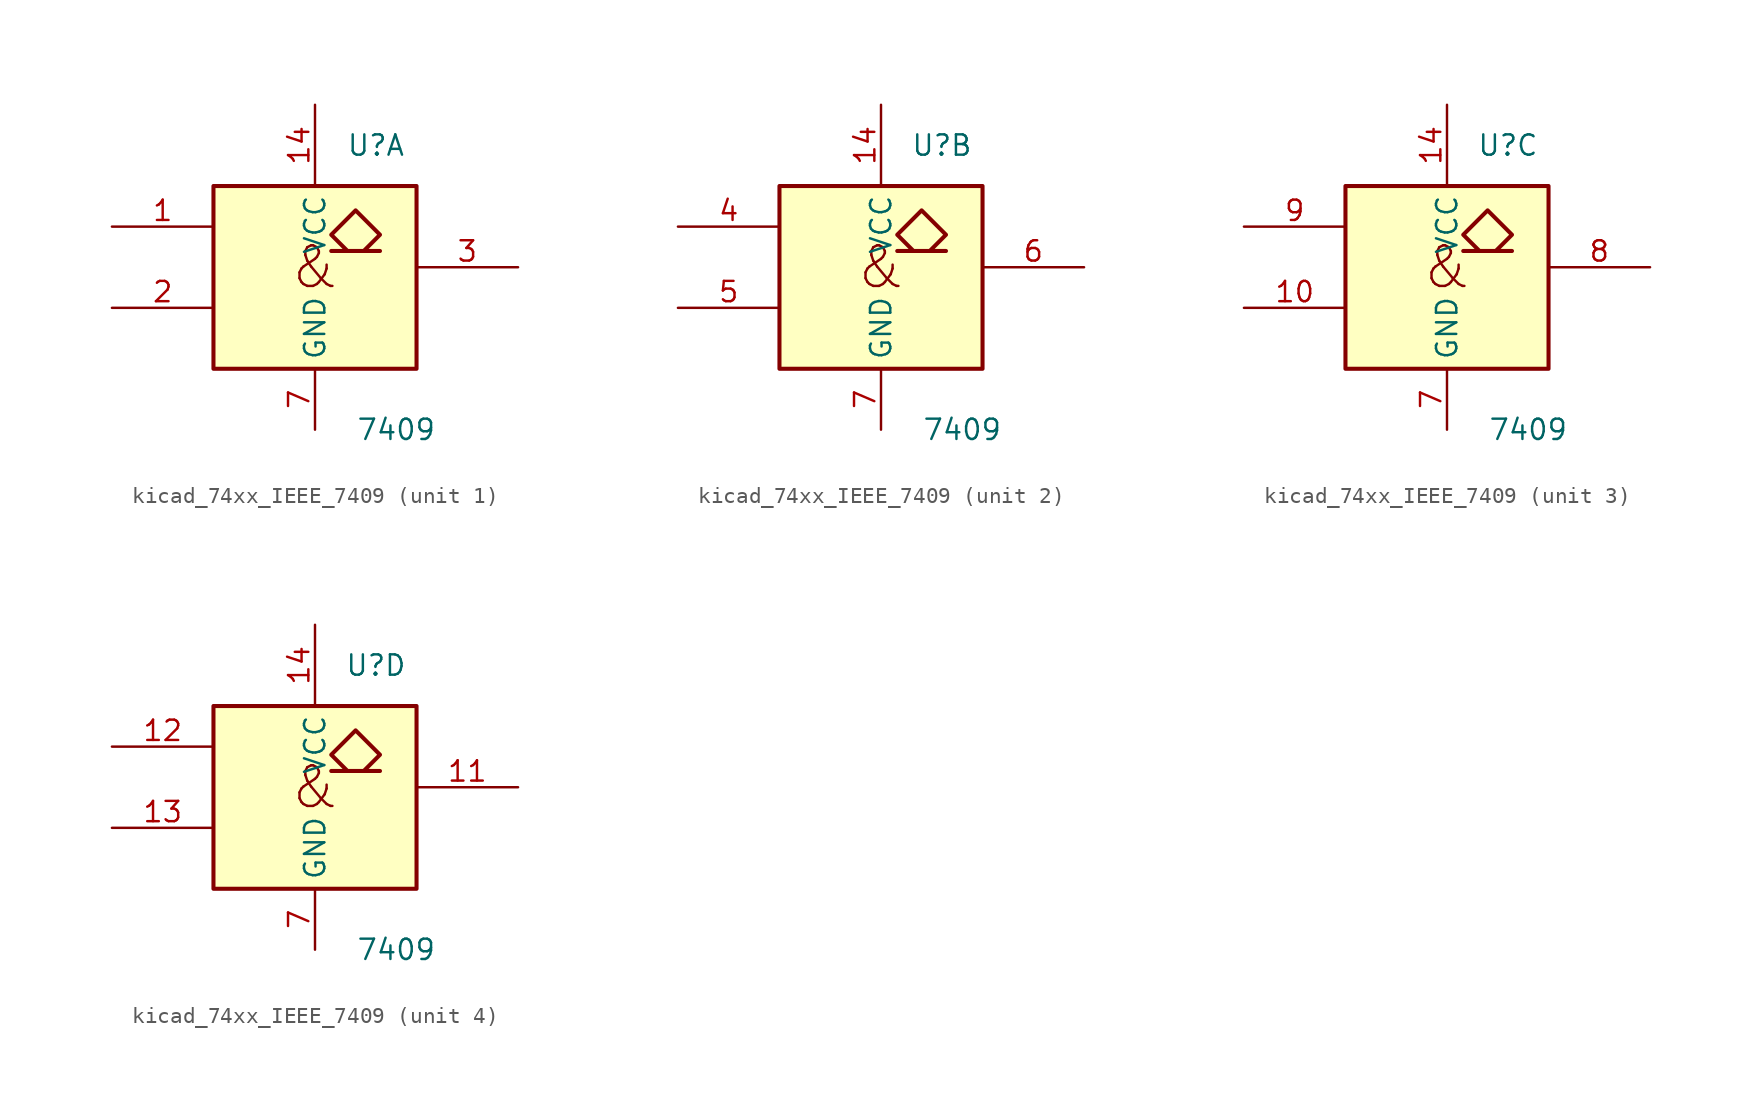
<source format=kicad_sym>
(kicad_symbol_lib
  (version 20220914)
  (generator kicad_symbol_editor)
  (symbol "kicad_74xx_IEEE_7409"
    (property "Reference" "U"
      (at 3.81 7.62 0)
      (effects (font (size 1.27 1.27))))
    (property "Value" "7409"
      (at 5.08 -10.16 0)
      (effects (font (size 1.27 1.27))))
    (symbol "kicad_74xx_IEEE_7409_0_1"
      (rectangle (start -6.35 5.08) (end 6.35 -6.35) (stroke (width 0.254) (type default)) (fill (type background)))
      (polyline (pts (xy 1.016 2.032) (xy 2.032 1.016) (xy 1.016 2.032) (xy 2.54 3.556) (xy 4.064 2.032) (xy 3.048 1.016) (xy 4.064 1.016) (xy 1.016 1.016) (xy 1.016 1.016)) (stroke (width 0.254) (type default)) (fill (type background)))
      (text "&" (at 0 0 0) (effects (font (size 2.54 2.54))))
      (pin power_in line (at 0 10.16 270) (length 5.08) (name "VCC" (effects (font (size 1.27 1.27)))) (number "14" (effects (font (size 1.27 1.27)))))
      (pin power_in line (at 0 -10.16 90) (length 3.81) (name "GND" (effects (font (size 1.27 1.27)))) (number "7" (effects (font (size 1.27 1.27))))))
    (symbol "kicad_74xx_IEEE_7409_1_1"
      (pin input line (at -12.7 2.54 0) (length 6.35) (name "~" (effects (font (size 1.27 1.27)))) (number "1" (effects (font (size 1.27 1.27)))))
      (pin input line (at -12.7 -2.54 0) (length 6.35) (name "~" (effects (font (size 1.27 1.27)))) (number "2" (effects (font (size 1.27 1.27)))))
      (pin open_collector line (at 12.7 0 180) (length 6.35) (name "~" (effects (font (size 1.27 1.27)))) (number "3" (effects (font (size 1.27 1.27))))))
    (symbol "kicad_74xx_IEEE_7409_2_1"
      (pin input line (at -12.7 2.54 0) (length 6.35) (name "~" (effects (font (size 1.27 1.27)))) (number "4" (effects (font (size 1.27 1.27)))))
      (pin input line (at -12.7 -2.54 0) (length 6.35) (name "~" (effects (font (size 1.27 1.27)))) (number "5" (effects (font (size 1.27 1.27)))))
      (pin open_collector line (at 12.7 0 180) (length 6.35) (name "~" (effects (font (size 1.27 1.27)))) (number "6" (effects (font (size 1.27 1.27))))))
    (symbol "kicad_74xx_IEEE_7409_3_1"
      (pin input line (at -12.7 -2.54 0) (length 6.35) (name "~" (effects (font (size 1.27 1.27)))) (number "10" (effects (font (size 1.27 1.27)))))
      (pin open_collector line (at 12.7 0 180) (length 6.35) (name "~" (effects (font (size 1.27 1.27)))) (number "8" (effects (font (size 1.27 1.27)))))
      (pin input line (at -12.7 2.54 0) (length 6.35) (name "~" (effects (font (size 1.27 1.27)))) (number "9" (effects (font (size 1.27 1.27))))))
    (symbol "kicad_74xx_IEEE_7409_4_1"
      (pin open_collector line (at 12.7 0 180) (length 6.35) (name "~" (effects (font (size 1.27 1.27)))) (number "11" (effects (font (size 1.27 1.27)))))
      (pin input line (at -12.7 2.54 0) (length 6.35) (name "~" (effects (font (size 1.27 1.27)))) (number "12" (effects (font (size 1.27 1.27)))))
      (pin input line (at -12.7 -2.54 0) (length 6.35) (name "~" (effects (font (size 1.27 1.27)))) (number "13" (effects (font (size 1.27 1.27))))))))
</source>
